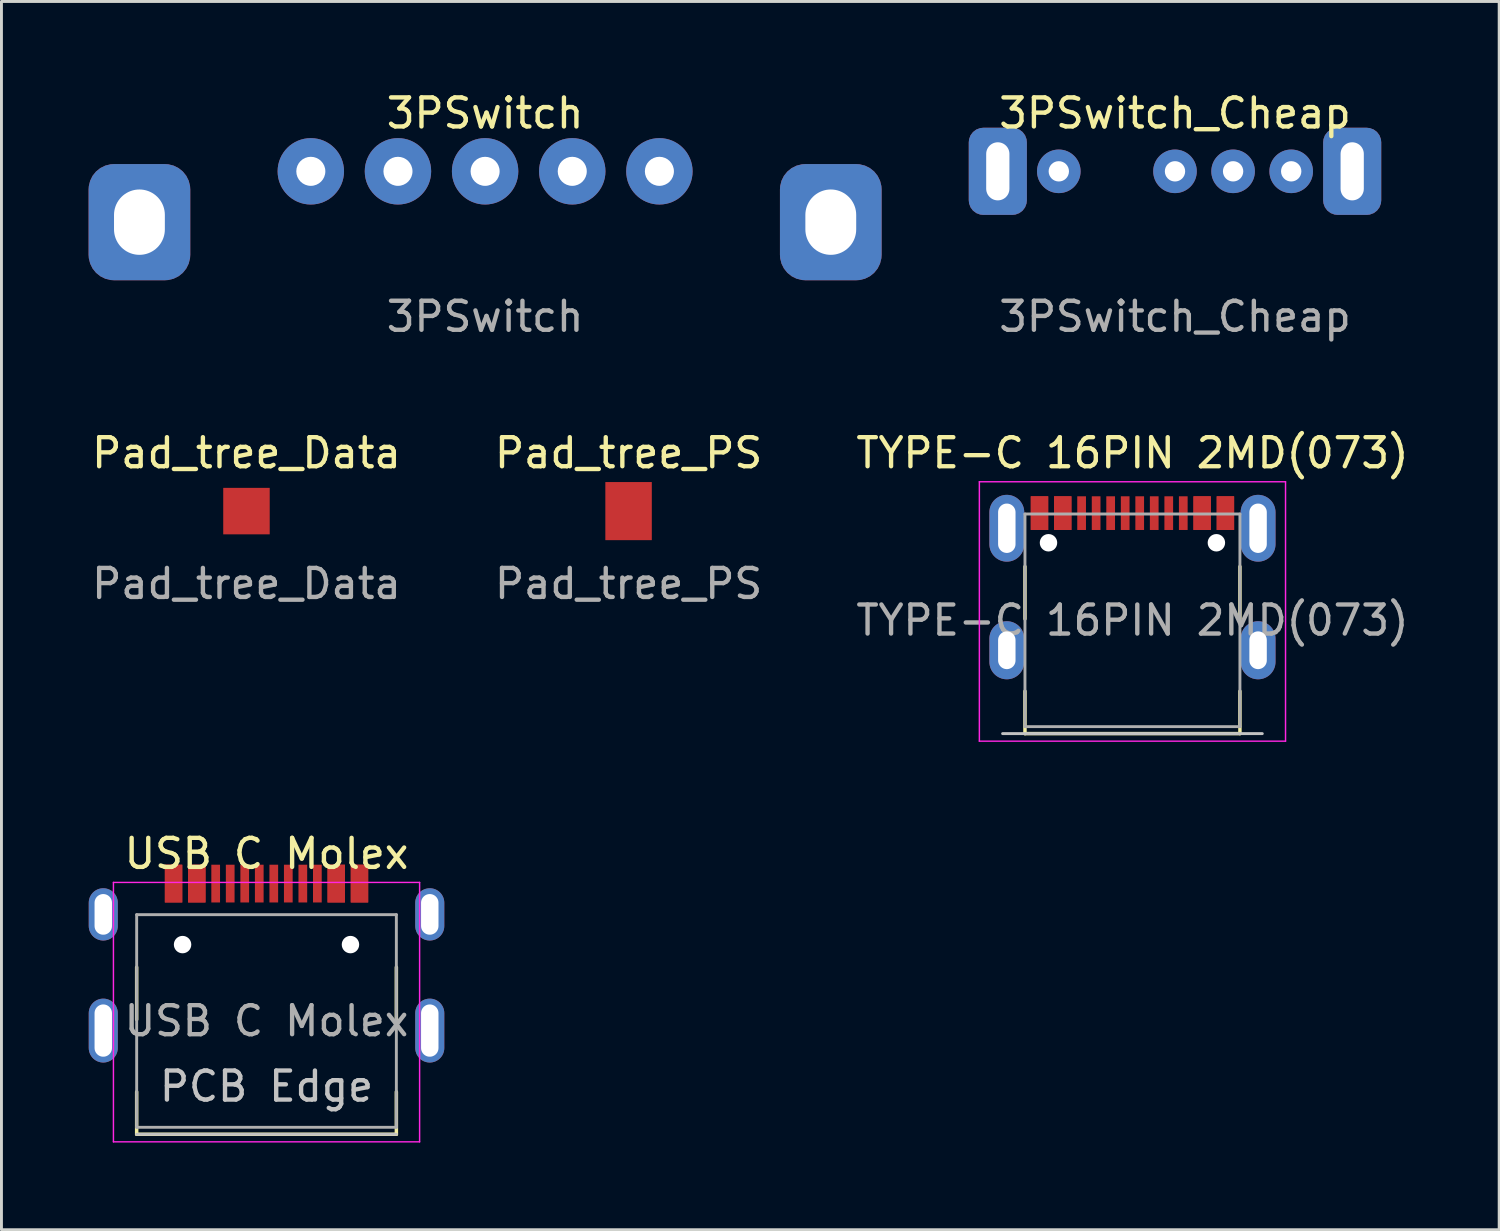
<source format=kicad_pcb>
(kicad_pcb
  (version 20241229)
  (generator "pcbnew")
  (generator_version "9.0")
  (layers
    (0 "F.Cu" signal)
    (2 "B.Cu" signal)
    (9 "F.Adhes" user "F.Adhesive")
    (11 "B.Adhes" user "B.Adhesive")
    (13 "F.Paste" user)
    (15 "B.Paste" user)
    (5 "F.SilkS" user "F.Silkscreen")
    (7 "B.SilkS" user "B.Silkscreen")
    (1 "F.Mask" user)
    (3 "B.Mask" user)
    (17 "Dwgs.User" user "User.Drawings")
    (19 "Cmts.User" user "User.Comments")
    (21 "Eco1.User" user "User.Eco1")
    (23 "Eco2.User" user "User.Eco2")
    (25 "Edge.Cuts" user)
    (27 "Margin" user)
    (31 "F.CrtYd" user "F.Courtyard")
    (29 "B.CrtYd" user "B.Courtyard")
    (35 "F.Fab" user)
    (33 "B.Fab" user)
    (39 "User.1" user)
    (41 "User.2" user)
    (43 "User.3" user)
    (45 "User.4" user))
  (footprint "3PSwitch"
    (layer "F.Cu")
    (at 13.65 4.598)
    (property "Reference" "3PSwitch" (at 0 -3.75 0) (unlocked yes) (layer "F.SilkS") (effects (font (size 1 1) (thickness 0.15))))
    (attr smd)
    (fp_text user "${REFERENCE}" (at 0 3.25 0) (unlocked yes) (layer "F.Fab") (effects (font (size 1 1) (thickness 0.15))))
    (pad "" thru_hole roundrect (at -11.9 0) (size 3.5 4) (drill oval 1.75 2.25) (layers "*.Cu" "*.Mask") (roundrect_rratio 0.25))
    (pad "" thru_hole roundrect (at 11.9 0) (size 3.5 4) (drill oval 1.75 2.25) (layers "*.Cu" "*.Mask") (roundrect_rratio 0.25))
    (pad "1" thru_hole circle (at -3 -1.75) (size 2.286 2.286) (drill 1) (layers "*.Cu" "*.Mask"))
    (pad "2" thru_hole circle (at 0 -1.75) (size 2.286 2.286) (drill 1) (layers "*.Cu" "*.Mask"))
    (pad "3" thru_hole circle (at -6 -1.75) (size 2.286 2.286) (drill 1) (layers "*.Cu" "*.Mask"))
    (pad "3" thru_hole circle (at 6 -1.75) (size 2.286 2.286) (drill 1) (layers "*.Cu" "*.Mask"))
    (pad "4" thru_hole circle (at 3 -1.75) (size 2.286 2.286) (drill 1) (layers "*.Cu" "*.Mask")))
  (footprint "Pad_tree_PS"
    (layer "F.Cu")
    (at 18.589 14.545)
    (property "Reference" "Pad_tree_PS" (at 0 -2 0) (unlocked yes) (layer "F.SilkS") (effects (font (size 1 1) (thickness 0.15))))
    (attr smd)
    (fp_text user "${REFERENCE}" (at 0 2.5 0) (unlocked yes) (layer "F.Fab") (effects (font (size 1 1) (thickness 0.15))))
    (pad "1" smd rect (at 0 0) (size 1.6 2) (layers "F.Cu" "F.Mask" "F.Paste")))
  (footprint "3PSwitch_Cheap"
    (layer "F.Cu")
    (at 37.4 4.598)
    (property "Reference" "3PSwitch_Cheap" (at 0 -3.75 0) (unlocked yes) (layer "F.SilkS") (effects (font (size 1 1) (thickness 0.15))))
    (attr smd)
    (fp_text user "${REFERENCE}" (at 0 3.25 0) (unlocked yes) (layer "F.Fab") (effects (font (size 1 1) (thickness 0.15))))
    (pad "" thru_hole roundrect (at -6.1 -1.75) (size 2 3) (drill oval 0.8 2) (layers "*.Cu" "*.Mask") (roundrect_rratio 0.25))
    (pad "" thru_hole roundrect (at 6.1 -1.75) (size 2 3) (drill oval 0.8 2) (layers "*.Cu" "*.Mask") (roundrect_rratio 0.25))
    (pad "1" thru_hole circle (at -4 -1.75) (size 1.5 1.5) (drill 0.7) (layers "*.Cu" "*.Mask"))
    (pad "2" thru_hole circle (at 0 -1.75) (size 1.5 1.5) (drill 0.7) (layers "*.Cu" "*.Mask"))
    (pad "3" thru_hole circle (at 2 -1.75) (size 1.5 1.5) (drill 0.7) (layers "*.Cu" "*.Mask"))
    (pad "4" thru_hole circle (at 4 -1.75) (size 1.5 1.5) (drill 0.7) (layers "*.Cu" "*.Mask")))
  (footprint "TYPE-C 16PIN 2MD(073)"
    (layer "F.Cu")
    (at 35.935 17.125)
    (property "Reference" "TYPE-C 16PIN 2MD(073)" (at 0 -4.58 0) (layer "F.SilkS") (effects (font (size 1 1) (thickness 0.15))))
    (attr smd)
    (fp_line (start -3.7 -0.67) (end -3.7 1.13) (stroke (width 0.12) (type solid)) (layer "F.SilkS"))
    (fp_line (start -3.7 5.08) (end -3.7 3.62) (stroke (width 0.12) (type solid)) (layer "F.SilkS"))
    (fp_line (start 3.7 -0.67) (end 3.7 1.13) (stroke (width 0.12) (type solid)) (layer "F.SilkS"))
    (fp_line (start 3.7 5.08) (end -3.7 5.08) (stroke (width 0.12) (type default)) (layer "F.SilkS"))
    (fp_line (start 3.7 5.08) (end 3.7 3.62) (stroke (width 0.12) (type solid)) (layer "F.SilkS"))
    (fp_line (start -4.47 5.08) (end 4.47 5.08) (stroke (width 0.1) (type solid)) (layer "Dwgs.User"))
    (fp_line (start -5.27 -3.59) (end -5.27 5.34) (stroke (width 0.05) (type solid)) (layer "F.CrtYd"))
    (fp_line (start -5.27 5.34) (end 5.27 5.34) (stroke (width 0.05) (type solid)) (layer "F.CrtYd"))
    (fp_line (start 5.27 -3.59) (end -5.27 -3.59) (stroke (width 0.05) (type solid)) (layer "F.CrtYd"))
    (fp_line (start 5.27 5.34) (end 5.27 -3.59) (stroke (width 0.05) (type solid)) (layer "F.CrtYd"))
    (fp_line (start -3.7 -2.48) (end -3.7 4.84) (stroke (width 0.1) (type solid)) (layer "F.Fab"))
    (fp_line (start -3.7 -2.48) (end 3.7 -2.48) (stroke (width 0.1) (type solid)) (layer "F.Fab"))
    (fp_line (start 3.7 -2.48) (end 3.7 4.84) (stroke (width 0.1) (type solid)) (layer "F.Fab"))
    (fp_line (start 3.7 4.84) (end -3.7 4.84) (stroke (width 0.1) (type solid)) (layer "F.Fab"))
    (fp_text user "${REFERENCE}" (at 0 1.18 0) (layer "F.Fab") (effects (font (size 1 1) (thickness 0.15))))
    (pad "" np_thru_hole circle (at -2.89 -1.49 180) (size 0.6 0.6) (drill 0.6) (layers "*.Cu" "*.Mask"))
    (pad "" np_thru_hole circle (at 2.89 -1.49 180) (size 0.6 0.6) (drill 0.6) (layers "*.Cu" "*.Mask"))
    (pad "A1" smd rect (at -3.2 -2.51) (size 0.6 1.16) (layers "F.Cu" "F.Mask" "F.Paste"))
    (pad "A4" smd rect (at -2.4 -2.51) (size 0.6 1.16) (layers "F.Cu" "F.Mask" "F.Paste"))
    (pad "A5" smd rect (at -1.25 -2.51 180) (size 0.3 1.16) (layers "F.Cu" "F.Mask" "F.Paste"))
    (pad "A6" smd rect (at -0.25 -2.51 180) (size 0.3 1.16) (layers "F.Cu" "F.Mask" "F.Paste"))
    (pad "A7" smd rect (at 0.25 -2.51 180) (size 0.3 1.16) (layers "F.Cu" "F.Mask" "F.Paste"))
    (pad "A8" smd rect (at 1.25 -2.51 180) (size 0.3 1.16) (layers "F.Cu" "F.Mask" "F.Paste"))
    (pad "A9" smd rect (at 2.4 -2.51) (size 0.6 1.16) (layers "F.Cu" "F.Mask" "F.Paste"))
    (pad "A12" smd rect (at 3.2 -2.51) (size 0.6 1.16) (layers "F.Cu" "F.Mask" "F.Paste"))
    (pad "B1" smd rect (at 3.2 -2.51) (size 0.6 1.16) (layers "F.Cu" "F.Mask" "F.Paste"))
    (pad "B4" smd rect (at 2.4 -2.51) (size 0.6 1.16) (layers "F.Cu" "F.Mask" "F.Paste"))
    (pad "B5" smd rect (at 1.75 -2.51 180) (size 0.3 1.16) (layers "F.Cu" "F.Mask" "F.Paste"))
    (pad "B6" smd rect (at 0.75 -2.51 180) (size 0.3 1.16) (layers "F.Cu" "F.Mask" "F.Paste"))
    (pad "B7" smd rect (at -0.75 -2.51 180) (size 0.3 1.16) (layers "F.Cu" "F.Mask" "F.Paste"))
    (pad "B8" smd rect (at -1.75 -2.51 180) (size 0.3 1.16) (layers "F.Cu" "F.Mask" "F.Paste"))
    (pad "B9" smd rect (at -2.4 -2.51) (size 0.6 1.16) (layers "F.Cu" "F.Mask" "F.Paste"))
    (pad "B12" smd rect (at -3.2 -2.51) (size 0.6 1.16) (layers "F.Cu" "F.Mask" "F.Paste"))
    (pad "S1" thru_hole oval (at -4.325 -1.99 90) (size 2.3 1.2) (drill oval 1.7 0.6) (layers "*.Cu" "*.Mask"))
    (pad "S1" thru_hole oval (at -4.325 2.21 90) (size 2 1.2) (drill oval 1.3 0.6) (layers "*.Cu" "*.Mask"))
    (pad "S1" thru_hole oval (at 4.325 -1.99 90) (size 2.3 1.2) (drill oval 1.7 0.6) (layers "*.Cu" "*.Mask"))
    (pad "S1" thru_hole oval (at 4.325 2.21 90) (size 2 1.2) (drill oval 1.3 0.6) (layers "*.Cu" "*.Mask")))
  (footprint "Pad_tree_Data"
    (layer "F.Cu")
    (at 5.435 14.545)
    (property "Reference" "Pad_tree_Data" (at 0 -2 0) (unlocked yes) (layer "F.SilkS") (effects (font (size 1 1) (thickness 0.15))))
    (attr smd)
    (fp_text user "${REFERENCE}" (at 0 2.5 0) (unlocked yes) (layer "F.Fab") (effects (font (size 1 1) (thickness 0.15))))
    (pad "1" smd rect (at 0 0) (size 1.6 1.6) (layers "F.Cu" "F.Mask" "F.Paste")))
  (footprint "USB C Molex"
    (layer "F.Cu")
    (at 6.125 30.918)
    (property "Reference" "USB C Molex" (at 0 -4.58 0) (layer "F.SilkS") (effects (font (size 1 1) (thickness 0.15))))
    (attr smd)
    (fp_line (start -4.47 -0.67) (end -4.47 1.13) (stroke (width 0.12) (type solid)) (layer "F.SilkS"))
    (fp_line (start -4.47 5.08) (end -4.47 3.62) (stroke (width 0.12) (type solid)) (layer "F.SilkS"))
    (fp_line (start 4.47 -0.67) (end 4.47 1.13) (stroke (width 0.12) (type solid)) (layer "F.SilkS"))
    (fp_line (start 4.47 5.08) (end -4.47 5.08) (stroke (width 0.12) (type solid)) (layer "F.SilkS"))
    (fp_line (start 4.47 5.08) (end 4.47 3.62) (stroke (width 0.12) (type solid)) (layer "F.SilkS"))
    (fp_line (start -4.47 5.08) (end 4.47 5.08) (stroke (width 0.1) (type solid)) (layer "Dwgs.User"))
    (fp_line (start -5.27 -3.59) (end -5.27 5.34) (stroke (width 0.05) (type solid)) (layer "F.CrtYd"))
    (fp_line (start -5.27 5.34) (end 5.27 5.34) (stroke (width 0.05) (type solid)) (layer "F.CrtYd"))
    (fp_line (start 5.27 -3.59) (end -5.27 -3.59) (stroke (width 0.05) (type solid)) (layer "F.CrtYd"))
    (fp_line (start 5.27 5.34) (end 5.27 -3.59) (stroke (width 0.05) (type solid)) (layer "F.CrtYd"))
    (fp_line (start -4.47 -2.48) (end -4.47 4.84) (stroke (width 0.1) (type solid)) (layer "F.Fab"))
    (fp_line (start -4.47 -2.48) (end 4.47 -2.48) (stroke (width 0.1) (type solid)) (layer "F.Fab"))
    (fp_line (start 4.47 -2.48) (end 4.47 4.84) (stroke (width 0.1) (type solid)) (layer "F.Fab"))
    (fp_line (start 4.47 4.84) (end -4.47 4.84) (stroke (width 0.1) (type solid)) (layer "F.Fab"))
    (fp_line (start -6.12 -2.9) (end -6.12 -2.1) (stroke (width 0.01) (type solid)) (layer "User.1"))
    (fp_line (start -6.12 0.9) (end -6.12 2.1) (stroke (width 0.01) (type solid)) (layer "User.1"))
    (fp_line (start -5.92 -2.9) (end -5.92 -2.1) (stroke (width 0.01) (type solid)) (layer "User.1"))
    (fp_line (start -5.92 0.9) (end -5.92 2.1) (stroke (width 0.01) (type solid)) (layer "User.1"))
    (fp_line (start -5.32 -2.1) (end -5.32 -2.9) (stroke (width 0.01) (type solid)) (layer "User.1"))
    (fp_line (start -5.32 2.1) (end -5.32 0.9) (stroke (width 0.01) (type solid)) (layer "User.1"))
    (fp_line (start -5.12 -2.1) (end -5.12 -2.9) (stroke (width 0.01) (type solid)) (layer "User.1"))
    (fp_line (start -5.12 2.1) (end -5.12 0.9) (stroke (width 0.01) (type solid)) (layer "User.1"))
    (fp_line (start -4.62 -3.09) (end 4.62 -3.09) (stroke (width 0.1) (type default)) (layer "User.1"))
    (fp_line (start -4.62 5.06) (end -4.62 -3.09) (stroke (width 0.1) (type default)) (layer "User.1"))
    (fp_line (start -3.5 -4.2) (end -3.5 -2.9) (stroke (width 0.01) (type solid)) (layer "User.1"))
    (fp_line (start -3.5 -2.9) (end -2.9 -2.9) (stroke (width 0.01) (type solid)) (layer "User.1"))
    (fp_line (start -2.9 -4.2) (end -3.5 -4.2) (stroke (width 0.01) (type solid)) (layer "User.1"))
    (fp_line (start -2.9 -2.9) (end -2.9 -4.2) (stroke (width 0.01) (type solid)) (layer "User.1"))
    (fp_line (start -2.7 -4.2) (end -2.7 -2.9) (stroke (width 0.01) (type solid)) (layer "User.1"))
    (fp_line (start -2.7 -2.9) (end -2.1 -2.9) (stroke (width 0.01) (type solid)) (layer "User.1"))
    (fp_line (start -2.1 -4.2) (end -2.7 -4.2) (stroke (width 0.01) (type solid)) (layer "User.1"))
    (fp_line (start -2.1 -2.9) (end -2.1 -4.2) (stroke (width 0.01) (type solid)) (layer "User.1"))
    (fp_line (start -1.9 -4.2) (end -1.9 -2.9) (stroke (width 0.01) (type solid)) (layer "User.1"))
    (fp_line (start -1.9 -2.9) (end -1.6 -2.9) (stroke (width 0.01) (type solid)) (layer "User.1"))
    (fp_line (start -1.6 -4.2) (end -1.9 -4.2) (stroke (width 0.01) (type solid)) (layer "User.1"))
    (fp_line (start -1.6 -2.9) (end -1.6 -4.2) (stroke (width 0.01) (type solid)) (layer "User.1"))
    (fp_line (start -1.4 -4.2) (end -1.1 -4.2) (stroke (width 0.01) (type solid)) (layer "User.1"))
    (fp_line (start -1.4 -2.9) (end -1.4 -4.2) (stroke (width 0.01) (type solid)) (layer "User.1"))
    (fp_line (start -1.1 -4.2) (end -1.1 -2.9) (stroke (width 0.01) (type solid)) (layer "User.1"))
    (fp_line (start -1.1 -2.9) (end -1.4 -2.9) (stroke (width 0.01) (type solid)) (layer "User.1"))
    (fp_line (start -0.9 -4.2) (end -0.6 -4.2) (stroke (width 0.01) (type solid)) (layer "User.1"))
    (fp_line (start -0.9 -2.9) (end -0.9 -4.2) (stroke (width 0.01) (type solid)) (layer "User.1"))
    (fp_line (start -0.6 -4.2) (end -0.6 -2.9) (stroke (width 0.01) (type solid)) (layer "User.1"))
    (fp_line (start -0.6 -2.9) (end -0.9 -2.9) (stroke (width 0.01) (type solid)) (layer "User.1"))
    (fp_line (start -0.4 -4.2) (end -0.1 -4.2) (stroke (width 0.01) (type solid)) (layer "User.1"))
    (fp_line (start -0.4 -2.9) (end -0.4 -4.2) (stroke (width 0.01) (type solid)) (layer "User.1"))
    (fp_line (start -0.1 -4.2) (end -0.1 -2.9) (stroke (width 0.01) (type solid)) (layer "User.1"))
    (fp_line (start -0.1 -2.9) (end -0.4 -2.9) (stroke (width 0.01) (type solid)) (layer "User.1"))
    (fp_line (start 0.1 -4.2) (end 0.4 -4.2) (stroke (width 0.01) (type solid)) (layer "User.1"))
    (fp_line (start 0.1 -2.9) (end 0.1 -4.2) (stroke (width 0.01) (type solid)) (layer "User.1"))
    (fp_line (start 0.4 -4.2) (end 0.4 -2.9) (stroke (width 0.01) (type solid)) (layer "User.1"))
    (fp_line (start 0.4 -2.9) (end 0.1 -2.9) (stroke (width 0.01) (type solid)) (layer "User.1"))
    (fp_line (start 0.6 -4.2) (end 0.9 -4.2) (stroke (width 0.01) (type solid)) (layer "User.1"))
    (fp_line (start 0.6 -2.9) (end 0.6 -4.2) (stroke (width 0.01) (type solid)) (layer "User.1"))
    (fp_line (start 0.9 -4.2) (end 0.9 -2.9) (stroke (width 0.01) (type solid)) (layer "User.1"))
    (fp_line (start 0.9 -2.9) (end 0.6 -2.9) (stroke (width 0.01) (type solid)) (layer "User.1"))
    (fp_line (start 1.1 -4.2) (end 1.4 -4.2) (stroke (width 0.01) (type solid)) (layer "User.1"))
    (fp_line (start 1.1 -2.9) (end 1.1 -4.2) (stroke (width 0.01) (type solid)) (layer "User.1"))
    (fp_line (start 1.4 -4.2) (end 1.4 -2.9) (stroke (width 0.01) (type solid)) (layer "User.1"))
    (fp_line (start 1.4 -2.9) (end 1.1 -2.9) (stroke (width 0.01) (type solid)) (layer "User.1"))
    (fp_line (start 1.6 -4.2) (end 1.6 -2.9) (stroke (width 0.01) (type solid)) (layer "User.1"))
    (fp_line (start 1.6 -2.9) (end 1.9 -2.9) (stroke (width 0.01) (type solid)) (layer "User.1"))
    (fp_line (start 1.9 -4.2) (end 1.6 -4.2) (stroke (width 0.01) (type solid)) (layer "User.1"))
    (fp_line (start 1.9 -2.9) (end 1.9 -4.2) (stroke (width 0.01) (type solid)) (layer "User.1"))
    (fp_line (start 2.1 -4.2) (end 2.1 -2.9) (stroke (width 0.01) (type solid)) (layer "User.1"))
    (fp_line (start 2.1 -2.9) (end 2.7 -2.9) (stroke (width 0.01) (type solid)) (layer "User.1"))
    (fp_line (start 2.7 -4.2) (end 2.1 -4.2) (stroke (width 0.01) (type solid)) (layer "User.1"))
    (fp_line (start 2.7 -2.9) (end 2.7 -4.2) (stroke (width 0.01) (type solid)) (layer "User.1"))
    (fp_line (start 2.9 -4.2) (end 2.9 -2.9) (stroke (width 0.01) (type solid)) (layer "User.1"))
    (fp_line (start 2.9 -2.9) (end 3.5 -2.9) (stroke (width 0.01) (type solid)) (layer "User.1"))
    (fp_line (start 3.5 -4.2) (end 2.9 -4.2) (stroke (width 0.01) (type solid)) (layer "User.1"))
    (fp_line (start 3.5 -2.9) (end 3.5 -4.2) (stroke (width 0.01) (type solid)) (layer "User.1"))
    (fp_line (start 4.62 -3.09) (end 4.62 5.11) (stroke (width 0.1) (type default)) (layer "User.1"))
    (fp_line (start 5.12 -2.9) (end 5.12 -2.1) (stroke (width 0.01) (type solid)) (layer "User.1"))
    (fp_line (start 5.12 0.9) (end 5.12 2.1) (stroke (width 0.01) (type solid)) (layer "User.1"))
    (fp_line (start 5.32 -2.9) (end 5.32 -2.1) (stroke (width 0.01) (type solid)) (layer "User.1"))
    (fp_line (start 5.32 0.9) (end 5.32 2.1) (stroke (width 0.01) (type solid)) (layer "User.1"))
    (fp_line (start 5.92 -2.1) (end 5.92 -2.9) (stroke (width 0.01) (type solid)) (layer "User.1"))
    (fp_line (start 5.92 2.1) (end 5.92 0.9) (stroke (width 0.01) (type solid)) (layer "User.1"))
    (fp_line (start 6.12 -2.1) (end 6.12 -2.9) (stroke (width 0.01) (type solid)) (layer "User.1"))
    (fp_line (start 6.12 2.1) (end 6.12 0.9) (stroke (width 0.01) (type solid)) (layer "User.1"))
    (fp_arc (start -6.12 -2.899951) (mid -5.62 -3.399951) (end -5.12 -2.899951) (stroke (width 0.01) (type solid)) (layer "User.1"))
    (fp_arc (start -6.12 0.900049) (mid -5.62 0.400049) (end -5.12 0.900049) (stroke (width 0.01) (type solid)) (layer "User.1"))
    (fp_arc (start -5.92 -2.899951) (mid -5.62 -3.199951) (end -5.32 -2.899951) (stroke (width 0.01) (type solid)) (layer "User.1"))
    (fp_arc (start -5.92 0.900049) (mid -5.62 0.600049) (end -5.32 0.900049) (stroke (width 0.01) (type solid)) (layer "User.1"))
    (fp_arc (start -5.32 -2.099951) (mid -5.62 -1.799951) (end -5.92 -2.099951) (stroke (width 0.01) (type solid)) (layer "User.1"))
    (fp_arc (start -5.32 2.100049) (mid -5.62 2.400049) (end -5.92 2.100049) (stroke (width 0.01) (type solid)) (layer "User.1"))
    (fp_arc (start -5.12 -2.099951) (mid -5.62 -1.599951) (end -6.12 -2.099951) (stroke (width 0.01) (type solid)) (layer "User.1"))
    (fp_arc (start -5.12 2.100049) (mid -5.62 2.600049) (end -6.12 2.100049) (stroke (width 0.01) (type solid)) (layer "User.1"))
    (fp_arc (start 5.12 -2.899951) (mid 5.62 -3.399951) (end 6.12 -2.899951) (stroke (width 0.01) (type solid)) (layer "User.1"))
    (fp_arc (start 5.12 0.900049) (mid 5.62 0.400049) (end 6.12 0.900049) (stroke (width 0.01) (type solid)) (layer "User.1"))
    (fp_arc (start 5.32 -2.899951) (mid 5.62 -3.199951) (end 5.92 -2.899951) (stroke (width 0.01) (type solid)) (layer "User.1"))
    (fp_arc (start 5.32 0.900049) (mid 5.62 0.600049) (end 5.92 0.900049) (stroke (width 0.01) (type solid)) (layer "User.1"))
    (fp_arc (start 5.92 -2.099951) (mid 5.62 -1.799951) (end 5.32 -2.099951) (stroke (width 0.01) (type solid)) (layer "User.1"))
    (fp_arc (start 5.92 2.100049) (mid 5.62 2.400049) (end 5.32 2.100049) (stroke (width 0.01) (type solid)) (layer "User.1"))
    (fp_arc (start 6.12 -2.099951) (mid 5.62 -1.599951) (end 5.12 -2.099951) (stroke (width 0.01) (type solid)) (layer "User.1"))
    (fp_arc (start 6.12 2.100049) (mid 5.62 2.600049) (end 5.12 2.100049) (stroke (width 0.01) (type solid)) (layer "User.1"))
    (fp_text user "PCB Edge" (at 0 3.43 0) (layer "Dwgs.User") (effects (font (size 1 1) (thickness 0.15))))
    (fp_text user "${REFERENCE}" (at 0 1.18 0) (layer "F.Fab") (effects (font (size 1 1) (thickness 0.15))))
    (pad "" np_thru_hole circle (at -2.89 -1.45 180) (size 0.6 0.6) (drill 0.6) (layers "*.Cu" "*.Mask"))
    (pad "" np_thru_hole circle (at 2.89 -1.45 180) (size 0.6 0.6) (drill 0.6) (layers "*.Cu" "*.Mask"))
    (pad "A1" smd rect (at -3.2 -3.55) (size 0.6 1.3) (layers "F.Cu" "F.Mask" "F.Paste"))
    (pad "A4" smd rect (at -2.4 -3.55) (size 0.6 1.3) (layers "F.Cu" "F.Mask" "F.Paste"))
    (pad "A5" smd rect (at -1.25 -3.55 180) (size 0.3 1.3) (layers "F.Cu" "F.Mask" "F.Paste"))
    (pad "A6" smd rect (at -0.25 -3.55 180) (size 0.3 1.3) (layers "F.Cu" "F.Mask" "F.Paste"))
    (pad "A7" smd rect (at 0.25 -3.55 180) (size 0.3 1.3) (layers "F.Cu" "F.Mask" "F.Paste"))
    (pad "A8" smd rect (at 1.25 -3.55 180) (size 0.3 1.3) (layers "F.Cu" "F.Mask" "F.Paste"))
    (pad "A9" smd rect (at 2.4 -3.55) (size 0.6 1.3) (layers "F.Cu" "F.Mask" "F.Paste"))
    (pad "A12" smd rect (at 3.2 -3.55) (size 0.6 1.3) (layers "F.Cu" "F.Mask" "F.Paste"))
    (pad "B1" smd rect (at 3.2 -3.55) (size 0.6 1.3) (layers "F.Cu" "F.Mask" "F.Paste"))
    (pad "B4" smd rect (at 2.4 -3.55) (size 0.6 1.3) (layers "F.Cu" "F.Mask" "F.Paste"))
    (pad "B5" smd rect (at 1.75 -3.55 180) (size 0.3 1.3) (layers "F.Cu" "F.Mask" "F.Paste"))
    (pad "B6" smd rect (at 0.75 -3.55 180) (size 0.3 1.3) (layers "F.Cu" "F.Mask" "F.Paste"))
    (pad "B7" smd rect (at -0.75 -3.55 180) (size 0.3 1.3) (layers "F.Cu" "F.Mask" "F.Paste"))
    (pad "B8" smd rect (at -1.75 -3.55 180) (size 0.3 1.3) (layers "F.Cu" "F.Mask" "F.Paste"))
    (pad "B9" smd rect (at -2.4 -3.55) (size 0.6 1.3) (layers "F.Cu" "F.Mask" "F.Paste"))
    (pad "B12" smd rect (at -3.2 -3.55) (size 0.6 1.3) (layers "F.Cu" "F.Mask" "F.Paste"))
    (pad "S1" thru_hole oval (at -5.62 -2.49 90) (size 1.8 1) (drill oval 1.4 0.6) (layers "*.Cu" "*.Mask"))
    (pad "S1" thru_hole oval (at -5.62 1.51 90) (size 2.2 1) (drill oval 1.8 0.6) (layers "*.Cu" "*.Mask"))
    (pad "S1" thru_hole oval (at 5.62 -2.49 90) (size 1.8 1) (drill oval 1.4 0.6) (layers "*.Cu" "*.Mask"))
    (pad "S1" thru_hole oval (at 5.62 1.51 90) (size 2.2 1) (drill oval 1.8 0.6) (layers "*.Cu" "*.Mask")))
  (gr_rect
    (start -3 -3)
    (end 48.56 39.283)
    (stroke (width 0.1) (type default))
    (fill no)
    (layer "Edge.Cuts")))
</source>
